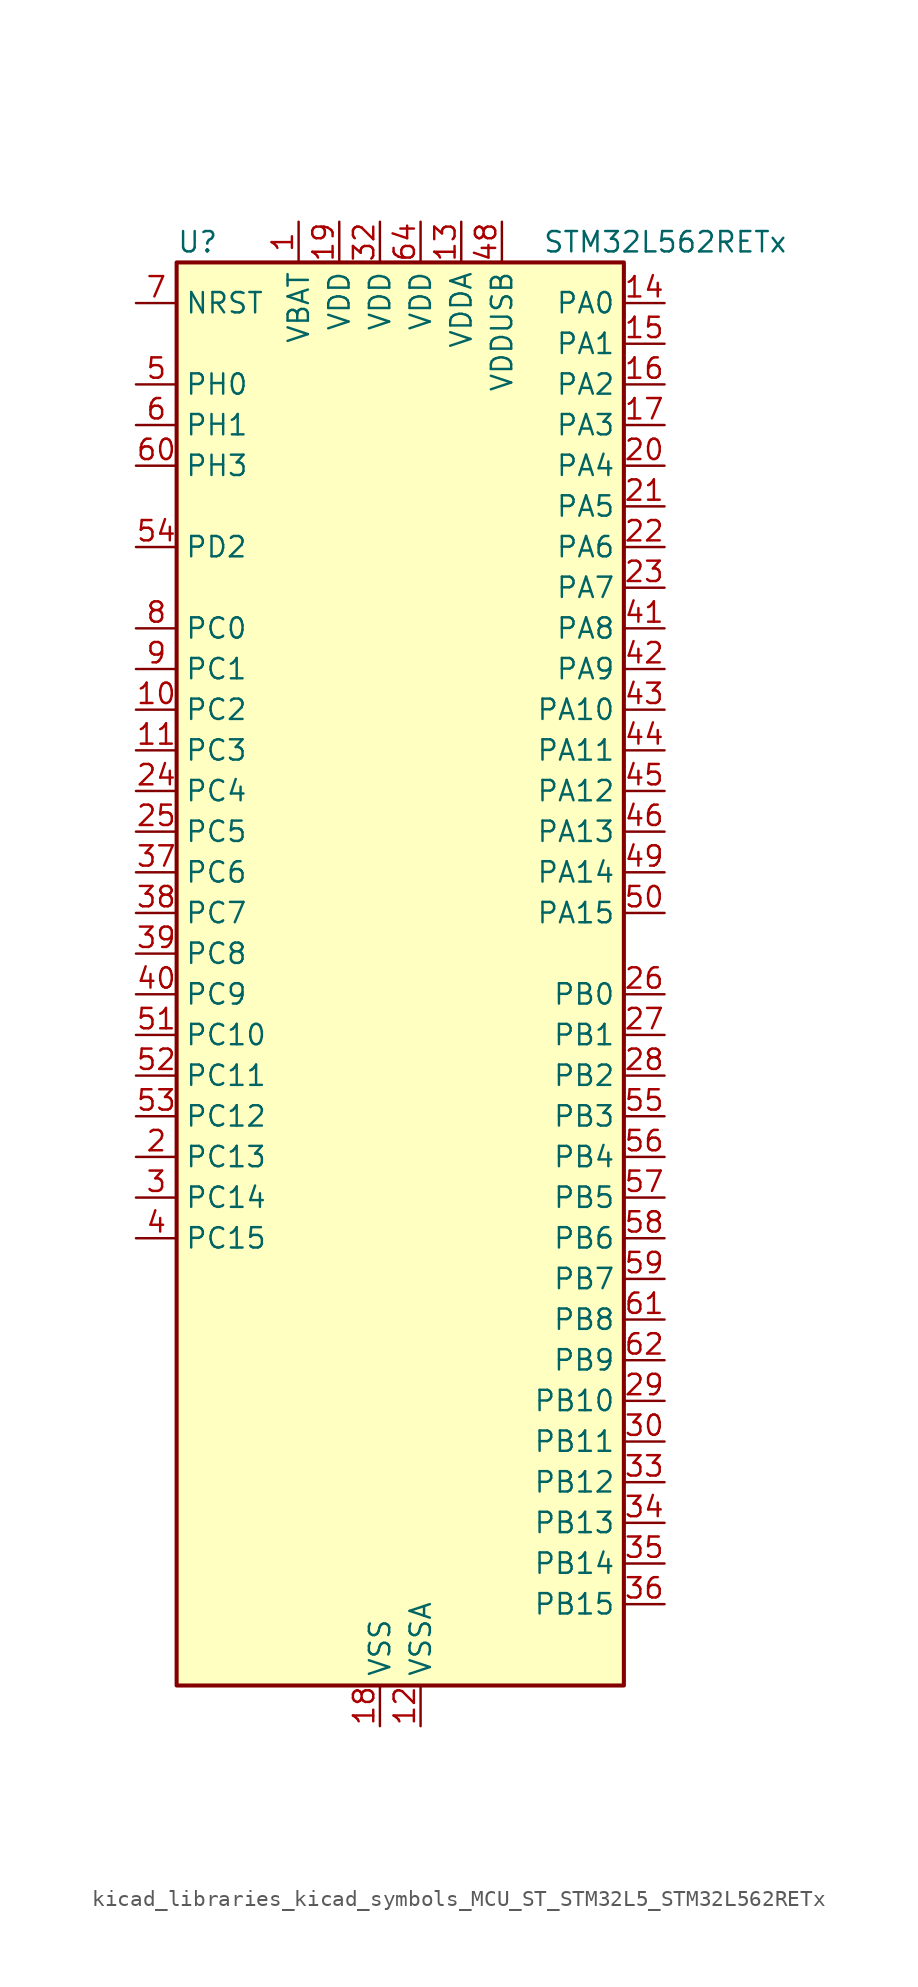
<source format=kicad_sym>
(kicad_symbol_lib
  (version 20220914)
  (generator kicad_symbol_editor)
  (symbol "kicad_libraries_kicad_symbols_MCU_ST_STM32L5_STM32L562RETx"
    (property "Reference" "U"
      (at -12.7 46.99 0)
      (effects (font (size 1.27 1.27)) (justify left)))
    (property "Value" "STM32L562RETx"
      (at 10.16 46.99 0)
      (effects (font (size 1.27 1.27)) (justify left)))
    (property "ki_locked" ""
      (at 0 0 0)
      (effects (font (size 1.27 1.27))))
    (symbol "kicad_libraries_kicad_symbols_MCU_ST_STM32L5_STM32L562RETx_0_1"
      (rectangle (start -12.7 -43.18) (end 15.24 45.72) (stroke (width 0.254) (type default)) (fill (type background))))
    (symbol "kicad_libraries_kicad_symbols_MCU_ST_STM32L5_STM32L562RETx_1_1"
      (pin power_in line (at -5.08 48.26 270) (length 2.54) (name "VBAT" (effects (font (size 1.27 1.27)))) (number "1" (effects (font (size 1.27 1.27)))))
      (pin bidirectional line (at -15.24 17.78 0) (length 2.54) (name "PC2" (effects (font (size 1.27 1.27)))) (number "10" (effects (font (size 1.27 1.27)))) (alternate "ADC1_IN3" bidirectional line) (alternate "ADC2_IN3" bidirectional line) (alternate "DFSDM1_CKOUT" bidirectional line) (alternate "LPTIM1_IN2" bidirectional line) (alternate "OCTOSPI1_IO5" bidirectional line) (alternate "SPI2_MISO" bidirectional line))
      (pin bidirectional line (at -15.24 15.24 0) (length 2.54) (name "PC3" (effects (font (size 1.27 1.27)))) (number "11" (effects (font (size 1.27 1.27)))) (alternate "ADC1_IN4" bidirectional line) (alternate "ADC2_IN4" bidirectional line) (alternate "LPTIM1_ETR" bidirectional line) (alternate "LPTIM2_ETR" bidirectional line) (alternate "LPTIM3_OUT" bidirectional line) (alternate "OCTOSPI1_IO6" bidirectional line) (alternate "SAI1_D1" bidirectional line) (alternate "SAI1_SD_A" bidirectional line) (alternate "SPI2_MOSI" bidirectional line))
      (pin power_in line (at 2.54 -45.72 90) (length 2.54) (name "VSSA" (effects (font (size 1.27 1.27)))) (number "12" (effects (font (size 1.27 1.27)))))
      (pin power_in line (at 5.08 48.26 270) (length 2.54) (name "VDDA" (effects (font (size 1.27 1.27)))) (number "13" (effects (font (size 1.27 1.27)))))
      (pin bidirectional line (at 17.78 43.18 180) (length 2.54) (name "PA0" (effects (font (size 1.27 1.27)))) (number "14" (effects (font (size 1.27 1.27)))) (alternate "ADC1_IN5" bidirectional line) (alternate "ADC2_IN5" bidirectional line) (alternate "OPAMP1_VINP" bidirectional line) (alternate "PWR_WKUP1" bidirectional line) (alternate "SAI1_EXTCLK" bidirectional line) (alternate "TAMP_IN2" bidirectional line) (alternate "TAMP_OUT1" bidirectional line) (alternate "TIM2_CH1" bidirectional line) (alternate "TIM2_ETR" bidirectional line) (alternate "TIM5_CH1" bidirectional line) (alternate "TIM8_ETR" bidirectional line) (alternate "UART4_TX" bidirectional line) (alternate "USART2_CTS" bidirectional line) (alternate "USART2_NSS" bidirectional line))
      (pin bidirectional line (at 17.78 40.64 180) (length 2.54) (name "PA1" (effects (font (size 1.27 1.27)))) (number "15" (effects (font (size 1.27 1.27)))) (alternate "ADC1_IN6" bidirectional line) (alternate "ADC2_IN6" bidirectional line) (alternate "I2C1_SMBA" bidirectional line) (alternate "OCTOSPI1_DQS" bidirectional line) (alternate "OPAMP1_VINM" bidirectional line) (alternate "SPI1_SCK" bidirectional line) (alternate "TAMP_IN5" bidirectional line) (alternate "TAMP_OUT4" bidirectional line) (alternate "TIM15_CH1N" bidirectional line) (alternate "TIM2_CH2" bidirectional line) (alternate "TIM5_CH2" bidirectional line) (alternate "UART4_RX" bidirectional line) (alternate "USART2_DE" bidirectional line) (alternate "USART2_RTS" bidirectional line))
      (pin bidirectional line (at 17.78 38.1 180) (length 2.54) (name "PA2" (effects (font (size 1.27 1.27)))) (number "16" (effects (font (size 1.27 1.27)))) (alternate "ADC1_IN7" bidirectional line) (alternate "ADC2_IN7" bidirectional line) (alternate "COMP1_INP" bidirectional line) (alternate "LPUART1_TX" bidirectional line) (alternate "OCTOSPI1_NCS" bidirectional line) (alternate "PWR_WKUP4" bidirectional line) (alternate "RCC_LSCO" bidirectional line) (alternate "SAI2_EXTCLK" bidirectional line) (alternate "TIM15_CH1" bidirectional line) (alternate "TIM2_CH3" bidirectional line) (alternate "TIM5_CH3" bidirectional line) (alternate "UCPD1_FRSTX1" bidirectional line) (alternate "USART2_TX" bidirectional line))
      (pin bidirectional line (at 17.78 35.56 180) (length 2.54) (name "PA3" (effects (font (size 1.27 1.27)))) (number "17" (effects (font (size 1.27 1.27)))) (alternate "ADC1_IN8" bidirectional line) (alternate "ADC2_IN8" bidirectional line) (alternate "LPUART1_RX" bidirectional line) (alternate "OCTOSPI1_CLK" bidirectional line) (alternate "OPAMP1_VOUT" bidirectional line) (alternate "SAI1_CK1" bidirectional line) (alternate "SAI1_MCLK_A" bidirectional line) (alternate "TIM15_CH2" bidirectional line) (alternate "TIM2_CH4" bidirectional line) (alternate "TIM5_CH4" bidirectional line) (alternate "USART2_RX" bidirectional line))
      (pin power_in line (at 0 -45.72 90) (length 2.54) (name "VSS" (effects (font (size 1.27 1.27)))) (number "18" (effects (font (size 1.27 1.27)))))
      (pin power_in line (at -2.54 48.26 270) (length 2.54) (name "VDD" (effects (font (size 1.27 1.27)))) (number "19" (effects (font (size 1.27 1.27)))))
      (pin bidirectional line (at -15.24 -10.16 0) (length 2.54) (name "PC13" (effects (font (size 1.27 1.27)))) (number "2" (effects (font (size 1.27 1.27)))) (alternate "PWR_WKUP2" bidirectional line) (alternate "RTC_OUT1" bidirectional line) (alternate "RTC_TS" bidirectional line) (alternate "TAMP_IN1" bidirectional line) (alternate "TAMP_OUT2" bidirectional line))
      (pin bidirectional line (at 17.78 33.02 180) (length 2.54) (name "PA4" (effects (font (size 1.27 1.27)))) (number "20" (effects (font (size 1.27 1.27)))) (alternate "ADC1_IN9" bidirectional line) (alternate "ADC2_IN9" bidirectional line) (alternate "DAC1_OUT1" bidirectional line) (alternate "LPTIM2_OUT" bidirectional line) (alternate "OCTOSPI1_NCS" bidirectional line) (alternate "SAI1_FS_B" bidirectional line) (alternate "SPI1_NSS" bidirectional line) (alternate "SPI3_NSS" bidirectional line) (alternate "USART2_CK" bidirectional line))
      (pin bidirectional line (at 17.78 30.48 180) (length 2.54) (name "PA5" (effects (font (size 1.27 1.27)))) (number "21" (effects (font (size 1.27 1.27)))) (alternate "ADC1_IN10" bidirectional line) (alternate "ADC2_IN10" bidirectional line) (alternate "DAC1_OUT2" bidirectional line) (alternate "LPTIM2_ETR" bidirectional line) (alternate "SPI1_SCK" bidirectional line) (alternate "TIM2_CH1" bidirectional line) (alternate "TIM2_ETR" bidirectional line) (alternate "TIM8_CH1N" bidirectional line))
      (pin bidirectional line (at 17.78 27.94 180) (length 2.54) (name "PA6" (effects (font (size 1.27 1.27)))) (number "22" (effects (font (size 1.27 1.27)))) (alternate "ADC1_IN11" bidirectional line) (alternate "ADC2_IN11" bidirectional line) (alternate "LPUART1_CTS" bidirectional line) (alternate "OCTOSPI1_IO3" bidirectional line) (alternate "OPAMP2_VINP" bidirectional line) (alternate "SPI1_MISO" bidirectional line) (alternate "TIM16_CH1" bidirectional line) (alternate "TIM1_BKIN" bidirectional line) (alternate "TIM3_CH1" bidirectional line) (alternate "TIM8_BKIN" bidirectional line) (alternate "USART3_CTS" bidirectional line) (alternate "USART3_NSS" bidirectional line))
      (pin bidirectional line (at 17.78 25.4 180) (length 2.54) (name "PA7" (effects (font (size 1.27 1.27)))) (number "23" (effects (font (size 1.27 1.27)))) (alternate "ADC1_IN12" bidirectional line) (alternate "ADC2_IN12" bidirectional line) (alternate "I2C3_SCL" bidirectional line) (alternate "OCTOSPI1_IO2" bidirectional line) (alternate "OPAMP2_VINM" bidirectional line) (alternate "SPI1_MOSI" bidirectional line) (alternate "TIM17_CH1" bidirectional line) (alternate "TIM1_CH1N" bidirectional line) (alternate "TIM3_CH2" bidirectional line) (alternate "TIM8_CH1N" bidirectional line))
      (pin bidirectional line (at -15.24 12.7 0) (length 2.54) (name "PC4" (effects (font (size 1.27 1.27)))) (number "24" (effects (font (size 1.27 1.27)))) (alternate "ADC1_IN13" bidirectional line) (alternate "ADC2_IN13" bidirectional line) (alternate "COMP1_INM" bidirectional line) (alternate "OCTOSPI1_IO7" bidirectional line) (alternate "USART3_TX" bidirectional line))
      (pin bidirectional line (at -15.24 10.16 0) (length 2.54) (name "PC5" (effects (font (size 1.27 1.27)))) (number "25" (effects (font (size 1.27 1.27)))) (alternate "ADC1_IN14" bidirectional line) (alternate "ADC2_IN14" bidirectional line) (alternate "COMP1_INP" bidirectional line) (alternate "PWR_WKUP5" bidirectional line) (alternate "SAI1_D3" bidirectional line) (alternate "TAMP_IN4" bidirectional line) (alternate "TAMP_OUT5" bidirectional line) (alternate "USART3_RX" bidirectional line))
      (pin bidirectional line (at 17.78 0 180) (length 2.54) (name "PB0" (effects (font (size 1.27 1.27)))) (number "26" (effects (font (size 1.27 1.27)))) (alternate "ADC1_IN15" bidirectional line) (alternate "ADC2_IN15" bidirectional line) (alternate "COMP1_OUT" bidirectional line) (alternate "OCTOSPI1_IO1" bidirectional line) (alternate "OPAMP2_VOUT" bidirectional line) (alternate "SAI1_EXTCLK" bidirectional line) (alternate "SPI1_NSS" bidirectional line) (alternate "TIM1_CH2N" bidirectional line) (alternate "TIM3_CH3" bidirectional line) (alternate "TIM8_CH2N" bidirectional line) (alternate "USART3_CK" bidirectional line))
      (pin bidirectional line (at 17.78 -2.54 180) (length 2.54) (name "PB1" (effects (font (size 1.27 1.27)))) (number "27" (effects (font (size 1.27 1.27)))) (alternate "ADC1_IN16" bidirectional line) (alternate "ADC2_IN16" bidirectional line) (alternate "COMP1_INM" bidirectional line) (alternate "DFSDM1_DATIN0" bidirectional line) (alternate "LPTIM2_IN1" bidirectional line) (alternate "LPUART1_DE" bidirectional line) (alternate "LPUART1_RTS" bidirectional line) (alternate "OCTOSPI1_IO0" bidirectional line) (alternate "TIM1_CH3N" bidirectional line) (alternate "TIM3_CH4" bidirectional line) (alternate "TIM8_CH3N" bidirectional line) (alternate "USART3_DE" bidirectional line) (alternate "USART3_RTS" bidirectional line))
      (pin bidirectional line (at 17.78 -5.08 180) (length 2.54) (name "PB2" (effects (font (size 1.27 1.27)))) (number "28" (effects (font (size 1.27 1.27)))) (alternate "COMP1_INP" bidirectional line) (alternate "DFSDM1_CKIN0" bidirectional line) (alternate "I2C3_SMBA" bidirectional line) (alternate "LPTIM1_OUT" bidirectional line) (alternate "OCTOSPI1_DQS" bidirectional line) (alternate "RTC_OUT2" bidirectional line) (alternate "UCPD1_FRSTX1" bidirectional line))
      (pin bidirectional line (at 17.78 -25.4 180) (length 2.54) (name "PB10" (effects (font (size 1.27 1.27)))) (number "29" (effects (font (size 1.27 1.27)))) (alternate "COMP1_OUT" bidirectional line) (alternate "I2C2_SCL" bidirectional line) (alternate "I2C4_SCL" bidirectional line) (alternate "LPTIM3_OUT" bidirectional line) (alternate "LPUART1_RX" bidirectional line) (alternate "OCTOSPI1_CLK" bidirectional line) (alternate "SAI1_SCK_A" bidirectional line) (alternate "SPI2_SCK" bidirectional line) (alternate "TIM2_CH3" bidirectional line) (alternate "TSC_SYNC" bidirectional line) (alternate "USART3_TX" bidirectional line))
      (pin bidirectional line (at -15.24 -12.7 0) (length 2.54) (name "PC14" (effects (font (size 1.27 1.27)))) (number "3" (effects (font (size 1.27 1.27)))) (alternate "RCC_OSC32_IN" bidirectional line))
      (pin bidirectional line (at 17.78 -27.94 180) (length 2.54) (name "PB11" (effects (font (size 1.27 1.27)))) (number "30" (effects (font (size 1.27 1.27)))) (alternate "ADC1_EXTI11" bidirectional line) (alternate "ADC2_EXTI11" bidirectional line) (alternate "COMP2_OUT" bidirectional line) (alternate "I2C2_SDA" bidirectional line) (alternate "I2C4_SDA" bidirectional line) (alternate "LPUART1_TX" bidirectional line) (alternate "OCTOSPI1_NCS" bidirectional line) (alternate "TIM2_CH4" bidirectional line) (alternate "USART3_RX" bidirectional line))
      (pin passive line (at 0 -45.72 90) (length 2.54) hide (name "VSS" (effects (font (size 1.27 1.27)))) (number "31" (effects (font (size 1.27 1.27)))))
      (pin power_in line (at 0 48.26 270) (length 2.54) (name "VDD" (effects (font (size 1.27 1.27)))) (number "32" (effects (font (size 1.27 1.27)))))
      (pin bidirectional line (at 17.78 -30.48 180) (length 2.54) (name "PB12" (effects (font (size 1.27 1.27)))) (number "33" (effects (font (size 1.27 1.27)))) (alternate "DFSDM1_DATIN1" bidirectional line) (alternate "I2C2_SMBA" bidirectional line) (alternate "LPUART1_DE" bidirectional line) (alternate "LPUART1_RTS" bidirectional line) (alternate "OCTOSPI1_NCLK" bidirectional line) (alternate "SAI2_FS_A" bidirectional line) (alternate "SPI2_NSS" bidirectional line) (alternate "TIM15_BKIN" bidirectional line) (alternate "TIM1_BKIN" bidirectional line) (alternate "TSC_G1_IO1" bidirectional line) (alternate "USART3_CK" bidirectional line))
      (pin bidirectional line (at 17.78 -33.02 180) (length 2.54) (name "PB13" (effects (font (size 1.27 1.27)))) (number "34" (effects (font (size 1.27 1.27)))) (alternate "DFSDM1_CKIN1" bidirectional line) (alternate "I2C2_SCL" bidirectional line) (alternate "LPTIM3_IN1" bidirectional line) (alternate "LPUART1_CTS" bidirectional line) (alternate "SAI2_SCK_A" bidirectional line) (alternate "SPI2_SCK" bidirectional line) (alternate "TIM15_CH1N" bidirectional line) (alternate "TIM1_CH1N" bidirectional line) (alternate "TSC_G1_IO2" bidirectional line) (alternate "UCPD1_FRSTX2" bidirectional line) (alternate "USART3_CTS" bidirectional line) (alternate "USART3_NSS" bidirectional line))
      (pin bidirectional line (at 17.78 -35.56 180) (length 2.54) (name "PB14" (effects (font (size 1.27 1.27)))) (number "35" (effects (font (size 1.27 1.27)))) (alternate "DFSDM1_DATIN2" bidirectional line) (alternate "I2C2_SDA" bidirectional line) (alternate "LPTIM3_ETR" bidirectional line) (alternate "SAI2_MCLK_A" bidirectional line) (alternate "SPI2_MISO" bidirectional line) (alternate "TIM15_CH1" bidirectional line) (alternate "TIM1_CH2N" bidirectional line) (alternate "TIM8_CH2N" bidirectional line) (alternate "TSC_G1_IO3" bidirectional line) (alternate "UCPD1_DBCC2" bidirectional line) (alternate "USART3_DE" bidirectional line) (alternate "USART3_RTS" bidirectional line))
      (pin bidirectional line (at 17.78 -38.1 180) (length 2.54) (name "PB15" (effects (font (size 1.27 1.27)))) (number "36" (effects (font (size 1.27 1.27)))) (alternate "ADC1_EXTI15" bidirectional line) (alternate "ADC2_EXTI15" bidirectional line) (alternate "DFSDM1_CKIN2" bidirectional line) (alternate "RTC_REFIN" bidirectional line) (alternate "SAI2_SD_A" bidirectional line) (alternate "SPI2_MOSI" bidirectional line) (alternate "TIM15_CH2" bidirectional line) (alternate "TIM1_CH3N" bidirectional line) (alternate "TIM8_CH3N" bidirectional line) (alternate "UCPD1_CC2" bidirectional line))
      (pin bidirectional line (at -15.24 7.62 0) (length 2.54) (name "PC6" (effects (font (size 1.27 1.27)))) (number "37" (effects (font (size 1.27 1.27)))) (alternate "DFSDM1_CKIN3" bidirectional line) (alternate "SAI2_MCLK_A" bidirectional line) (alternate "SDMMC1_D0DIR" bidirectional line) (alternate "SDMMC1_D6" bidirectional line) (alternate "TIM3_CH1" bidirectional line) (alternate "TIM8_CH1" bidirectional line) (alternate "TSC_G4_IO1" bidirectional line))
      (pin bidirectional line (at -15.24 5.08 0) (length 2.54) (name "PC7" (effects (font (size 1.27 1.27)))) (number "38" (effects (font (size 1.27 1.27)))) (alternate "DFSDM1_DATIN3" bidirectional line) (alternate "SAI2_MCLK_B" bidirectional line) (alternate "SDMMC1_D123DIR" bidirectional line) (alternate "SDMMC1_D7" bidirectional line) (alternate "TIM3_CH2" bidirectional line) (alternate "TIM8_CH2" bidirectional line) (alternate "TSC_G4_IO2" bidirectional line))
      (pin bidirectional line (at -15.24 2.54 0) (length 2.54) (name "PC8" (effects (font (size 1.27 1.27)))) (number "39" (effects (font (size 1.27 1.27)))) (alternate "SDMMC1_D0" bidirectional line) (alternate "TIM3_CH3" bidirectional line) (alternate "TIM8_CH3" bidirectional line) (alternate "TSC_G4_IO3" bidirectional line))
      (pin bidirectional line (at -15.24 -15.24 0) (length 2.54) (name "PC15" (effects (font (size 1.27 1.27)))) (number "4" (effects (font (size 1.27 1.27)))) (alternate "ADC1_EXTI15" bidirectional line) (alternate "ADC2_EXTI15" bidirectional line) (alternate "RCC_OSC32_OUT" bidirectional line))
      (pin bidirectional line (at -15.24 0 0) (length 2.54) (name "PC9" (effects (font (size 1.27 1.27)))) (number "40" (effects (font (size 1.27 1.27)))) (alternate "DAC1_EXTI9" bidirectional line) (alternate "DEBUG_TRACED0" bidirectional line) (alternate "SAI2_EXTCLK" bidirectional line) (alternate "SDMMC1_D1" bidirectional line) (alternate "TIM3_CH4" bidirectional line) (alternate "TIM8_BKIN2" bidirectional line) (alternate "TIM8_CH4" bidirectional line) (alternate "TSC_G4_IO4" bidirectional line) (alternate "USB_NOE" bidirectional line))
      (pin bidirectional line (at 17.78 22.86 180) (length 2.54) (name "PA8" (effects (font (size 1.27 1.27)))) (number "41" (effects (font (size 1.27 1.27)))) (alternate "LPTIM2_OUT" bidirectional line) (alternate "RCC_MCO" bidirectional line) (alternate "SAI1_CK2" bidirectional line) (alternate "SAI1_SCK_A" bidirectional line) (alternate "TIM1_CH1" bidirectional line) (alternate "USART1_CK" bidirectional line))
      (pin bidirectional line (at 17.78 20.32 180) (length 2.54) (name "PA9" (effects (font (size 1.27 1.27)))) (number "42" (effects (font (size 1.27 1.27)))) (alternate "DAC1_EXTI9" bidirectional line) (alternate "SAI1_FS_A" bidirectional line) (alternate "SPI2_SCK" bidirectional line) (alternate "TIM15_BKIN" bidirectional line) (alternate "TIM1_CH2" bidirectional line) (alternate "USART1_TX" bidirectional line))
      (pin bidirectional line (at 17.78 17.78 180) (length 2.54) (name "PA10" (effects (font (size 1.27 1.27)))) (number "43" (effects (font (size 1.27 1.27)))) (alternate "CRS_SYNC" bidirectional line) (alternate "SAI1_D1" bidirectional line) (alternate "SAI1_SD_A" bidirectional line) (alternate "TIM17_BKIN" bidirectional line) (alternate "TIM1_CH3" bidirectional line) (alternate "USART1_RX" bidirectional line))
      (pin bidirectional line (at 17.78 15.24 180) (length 2.54) (name "PA11" (effects (font (size 1.27 1.27)))) (number "44" (effects (font (size 1.27 1.27)))) (alternate "ADC1_EXTI11" bidirectional line) (alternate "ADC2_EXTI11" bidirectional line) (alternate "FDCAN1_RX" bidirectional line) (alternate "SPI1_MISO" bidirectional line) (alternate "TIM1_BKIN2" bidirectional line) (alternate "TIM1_CH4" bidirectional line) (alternate "USART1_CTS" bidirectional line) (alternate "USART1_NSS" bidirectional line) (alternate "USB_DM" bidirectional line))
      (pin bidirectional line (at 17.78 12.7 180) (length 2.54) (name "PA12" (effects (font (size 1.27 1.27)))) (number "45" (effects (font (size 1.27 1.27)))) (alternate "FDCAN1_TX" bidirectional line) (alternate "SPI1_MOSI" bidirectional line) (alternate "TIM1_ETR" bidirectional line) (alternate "USART1_DE" bidirectional line) (alternate "USART1_RTS" bidirectional line) (alternate "USB_DP" bidirectional line))
      (pin bidirectional line (at 17.78 10.16 180) (length 2.54) (name "PA13" (effects (font (size 1.27 1.27)))) (number "46" (effects (font (size 1.27 1.27)))) (alternate "DEBUG_JTMS-SWDIO" bidirectional line) (alternate "IR_OUT" bidirectional line) (alternate "SAI1_SD_B" bidirectional line) (alternate "USB_NOE" bidirectional line))
      (pin passive line (at 0 -45.72 90) (length 2.54) hide (name "VSS" (effects (font (size 1.27 1.27)))) (number "47" (effects (font (size 1.27 1.27)))))
      (pin power_in line (at 7.62 48.26 270) (length 2.54) (name "VDDUSB" (effects (font (size 1.27 1.27)))) (number "48" (effects (font (size 1.27 1.27)))))
      (pin bidirectional line (at 17.78 7.62 180) (length 2.54) (name "PA14" (effects (font (size 1.27 1.27)))) (number "49" (effects (font (size 1.27 1.27)))) (alternate "DEBUG_JTCK-SWCLK" bidirectional line) (alternate "I2C1_SMBA" bidirectional line) (alternate "I2C4_SMBA" bidirectional line) (alternate "LPTIM1_OUT" bidirectional line) (alternate "SAI1_FS_B" bidirectional line))
      (pin bidirectional line (at -15.24 38.1 0) (length 2.54) (name "PH0" (effects (font (size 1.27 1.27)))) (number "5" (effects (font (size 1.27 1.27)))) (alternate "RCC_OSC_IN" bidirectional line))
      (pin bidirectional line (at 17.78 5.08 180) (length 2.54) (name "PA15" (effects (font (size 1.27 1.27)))) (number "50" (effects (font (size 1.27 1.27)))) (alternate "ADC1_EXTI15" bidirectional line) (alternate "ADC2_EXTI15" bidirectional line) (alternate "DEBUG_JTDI" bidirectional line) (alternate "SAI2_FS_B" bidirectional line) (alternate "SPI1_NSS" bidirectional line) (alternate "SPI3_NSS" bidirectional line) (alternate "TIM2_CH1" bidirectional line) (alternate "TIM2_ETR" bidirectional line) (alternate "UART4_DE" bidirectional line) (alternate "UART4_RTS" bidirectional line) (alternate "UCPD1_CC1" bidirectional line) (alternate "USART2_RX" bidirectional line) (alternate "USART3_DE" bidirectional line) (alternate "USART3_RTS" bidirectional line))
      (pin bidirectional line (at -15.24 -2.54 0) (length 2.54) (name "PC10" (effects (font (size 1.27 1.27)))) (number "51" (effects (font (size 1.27 1.27)))) (alternate "DEBUG_TRACED1" bidirectional line) (alternate "LPTIM3_ETR" bidirectional line) (alternate "SAI2_SCK_B" bidirectional line) (alternate "SDMMC1_D2" bidirectional line) (alternate "SPI3_SCK" bidirectional line) (alternate "TSC_G3_IO2" bidirectional line) (alternate "UART4_TX" bidirectional line) (alternate "USART3_TX" bidirectional line))
      (pin bidirectional line (at -15.24 -5.08 0) (length 2.54) (name "PC11" (effects (font (size 1.27 1.27)))) (number "52" (effects (font (size 1.27 1.27)))) (alternate "ADC1_EXTI11" bidirectional line) (alternate "ADC2_EXTI11" bidirectional line) (alternate "LPTIM3_IN1" bidirectional line) (alternate "OCTOSPI1_NCS" bidirectional line) (alternate "SAI2_MCLK_B" bidirectional line) (alternate "SDMMC1_D3" bidirectional line) (alternate "SPI3_MISO" bidirectional line) (alternate "TSC_G3_IO3" bidirectional line) (alternate "UART4_RX" bidirectional line) (alternate "UCPD1_FRSTX2" bidirectional line) (alternate "USART3_RX" bidirectional line))
      (pin bidirectional line (at -15.24 -7.62 0) (length 2.54) (name "PC12" (effects (font (size 1.27 1.27)))) (number "53" (effects (font (size 1.27 1.27)))) (alternate "DEBUG_TRACED3" bidirectional line) (alternate "SAI2_SD_B" bidirectional line) (alternate "SDMMC1_CK" bidirectional line) (alternate "SPI3_MOSI" bidirectional line) (alternate "TSC_G3_IO4" bidirectional line) (alternate "UART5_TX" bidirectional line) (alternate "USART3_CK" bidirectional line))
      (pin bidirectional line (at -15.24 27.94 0) (length 2.54) (name "PD2" (effects (font (size 1.27 1.27)))) (number "54" (effects (font (size 1.27 1.27)))) (alternate "DEBUG_TRACED2" bidirectional line) (alternate "SDMMC1_CMD" bidirectional line) (alternate "TIM3_ETR" bidirectional line) (alternate "TSC_SYNC" bidirectional line) (alternate "UART5_RX" bidirectional line) (alternate "USART3_DE" bidirectional line) (alternate "USART3_RTS" bidirectional line))
      (pin bidirectional line (at 17.78 -7.62 180) (length 2.54) (name "PB3" (effects (font (size 1.27 1.27)))) (number "55" (effects (font (size 1.27 1.27)))) (alternate "COMP2_INM" bidirectional line) (alternate "CRS_SYNC" bidirectional line) (alternate "DEBUG_JTDO-SWO" bidirectional line) (alternate "SAI1_SCK_B" bidirectional line) (alternate "SPI1_SCK" bidirectional line) (alternate "SPI3_SCK" bidirectional line) (alternate "TIM2_CH2" bidirectional line) (alternate "USART1_DE" bidirectional line) (alternate "USART1_RTS" bidirectional line))
      (pin bidirectional line (at 17.78 -10.16 180) (length 2.54) (name "PB4" (effects (font (size 1.27 1.27)))) (number "56" (effects (font (size 1.27 1.27)))) (alternate "COMP2_INP" bidirectional line) (alternate "DEBUG_JTRST" bidirectional line) (alternate "I2C3_SDA" bidirectional line) (alternate "SAI1_MCLK_B" bidirectional line) (alternate "SPI1_MISO" bidirectional line) (alternate "SPI3_MISO" bidirectional line) (alternate "TIM17_BKIN" bidirectional line) (alternate "TIM3_CH1" bidirectional line) (alternate "TSC_G2_IO1" bidirectional line) (alternate "UART5_DE" bidirectional line) (alternate "UART5_RTS" bidirectional line) (alternate "USART1_CTS" bidirectional line) (alternate "USART1_NSS" bidirectional line))
      (pin bidirectional line (at 17.78 -12.7 180) (length 2.54) (name "PB5" (effects (font (size 1.27 1.27)))) (number "57" (effects (font (size 1.27 1.27)))) (alternate "COMP2_OUT" bidirectional line) (alternate "I2C1_SMBA" bidirectional line) (alternate "LPTIM1_IN1" bidirectional line) (alternate "OCTOSPI1_NCLK" bidirectional line) (alternate "SAI1_SD_B" bidirectional line) (alternate "SPI1_MOSI" bidirectional line) (alternate "SPI3_MOSI" bidirectional line) (alternate "TIM16_BKIN" bidirectional line) (alternate "TIM3_CH2" bidirectional line) (alternate "TSC_G2_IO2" bidirectional line) (alternate "UART5_CTS" bidirectional line) (alternate "UCPD1_DBCC1" bidirectional line) (alternate "USART1_CK" bidirectional line))
      (pin bidirectional line (at 17.78 -15.24 180) (length 2.54) (name "PB6" (effects (font (size 1.27 1.27)))) (number "58" (effects (font (size 1.27 1.27)))) (alternate "COMP2_INP" bidirectional line) (alternate "I2C1_SCL" bidirectional line) (alternate "I2C4_SCL" bidirectional line) (alternate "LPTIM1_ETR" bidirectional line) (alternate "SAI1_FS_B" bidirectional line) (alternate "TIM16_CH1N" bidirectional line) (alternate "TIM4_CH1" bidirectional line) (alternate "TIM8_BKIN2" bidirectional line) (alternate "TSC_G2_IO3" bidirectional line) (alternate "USART1_TX" bidirectional line))
      (pin bidirectional line (at 17.78 -17.78 180) (length 2.54) (name "PB7" (effects (font (size 1.27 1.27)))) (number "59" (effects (font (size 1.27 1.27)))) (alternate "COMP2_INM" bidirectional line) (alternate "I2C1_SDA" bidirectional line) (alternate "I2C4_SDA" bidirectional line) (alternate "LPTIM1_IN2" bidirectional line) (alternate "PWR_PVD_IN" bidirectional line) (alternate "TIM17_CH1N" bidirectional line) (alternate "TIM4_CH2" bidirectional line) (alternate "TIM8_BKIN" bidirectional line) (alternate "TSC_G2_IO4" bidirectional line) (alternate "UART4_CTS" bidirectional line) (alternate "USART1_RX" bidirectional line))
      (pin bidirectional line (at -15.24 35.56 0) (length 2.54) (name "PH1" (effects (font (size 1.27 1.27)))) (number "6" (effects (font (size 1.27 1.27)))) (alternate "RCC_OSC_OUT" bidirectional line))
      (pin bidirectional line (at -15.24 33.02 0) (length 2.54) (name "PH3" (effects (font (size 1.27 1.27)))) (number "60" (effects (font (size 1.27 1.27)))))
      (pin bidirectional line (at 17.78 -20.32 180) (length 2.54) (name "PB8" (effects (font (size 1.27 1.27)))) (number "61" (effects (font (size 1.27 1.27)))) (alternate "DFSDM1_CKOUT" bidirectional line) (alternate "FDCAN1_RX" bidirectional line) (alternate "I2C1_SCL" bidirectional line) (alternate "SAI1_CK1" bidirectional line) (alternate "SAI1_MCLK_A" bidirectional line) (alternate "SDMMC1_CKIN" bidirectional line) (alternate "SDMMC1_D4" bidirectional line) (alternate "TIM16_CH1" bidirectional line) (alternate "TIM4_CH3" bidirectional line))
      (pin bidirectional line (at 17.78 -22.86 180) (length 2.54) (name "PB9" (effects (font (size 1.27 1.27)))) (number "62" (effects (font (size 1.27 1.27)))) (alternate "DAC1_EXTI9" bidirectional line) (alternate "FDCAN1_TX" bidirectional line) (alternate "I2C1_SDA" bidirectional line) (alternate "IR_OUT" bidirectional line) (alternate "SAI1_D2" bidirectional line) (alternate "SAI1_FS_A" bidirectional line) (alternate "SDMMC1_CDIR" bidirectional line) (alternate "SDMMC1_D5" bidirectional line) (alternate "SPI2_NSS" bidirectional line) (alternate "TIM17_CH1" bidirectional line) (alternate "TIM4_CH4" bidirectional line))
      (pin passive line (at 0 -45.72 90) (length 2.54) hide (name "VSS" (effects (font (size 1.27 1.27)))) (number "63" (effects (font (size 1.27 1.27)))))
      (pin power_in line (at 2.54 48.26 270) (length 2.54) (name "VDD" (effects (font (size 1.27 1.27)))) (number "64" (effects (font (size 1.27 1.27)))))
      (pin input line (at -15.24 43.18 0) (length 2.54) (name "NRST" (effects (font (size 1.27 1.27)))) (number "7" (effects (font (size 1.27 1.27)))))
      (pin bidirectional line (at -15.24 22.86 0) (length 2.54) (name "PC0" (effects (font (size 1.27 1.27)))) (number "8" (effects (font (size 1.27 1.27)))) (alternate "ADC1_IN1" bidirectional line) (alternate "ADC2_IN1" bidirectional line) (alternate "I2C3_SCL" bidirectional line) (alternate "LPTIM1_IN1" bidirectional line) (alternate "LPTIM2_IN1" bidirectional line) (alternate "LPUART1_RX" bidirectional line) (alternate "OCTOSPI1_IO7" bidirectional line) (alternate "SAI2_FS_A" bidirectional line) (alternate "SDMMC1_D5" bidirectional line))
      (pin bidirectional line (at -15.24 20.32 0) (length 2.54) (name "PC1" (effects (font (size 1.27 1.27)))) (number "9" (effects (font (size 1.27 1.27)))) (alternate "ADC1_IN2" bidirectional line) (alternate "ADC2_IN2" bidirectional line) (alternate "DEBUG_TRACED0" bidirectional line) (alternate "I2C3_SDA" bidirectional line) (alternate "LPTIM1_OUT" bidirectional line) (alternate "LPUART1_TX" bidirectional line) (alternate "OCTOSPI1_IO4" bidirectional line) (alternate "SAI1_SD_A" bidirectional line) (alternate "SPI2_MOSI" bidirectional line)))))
</source>
